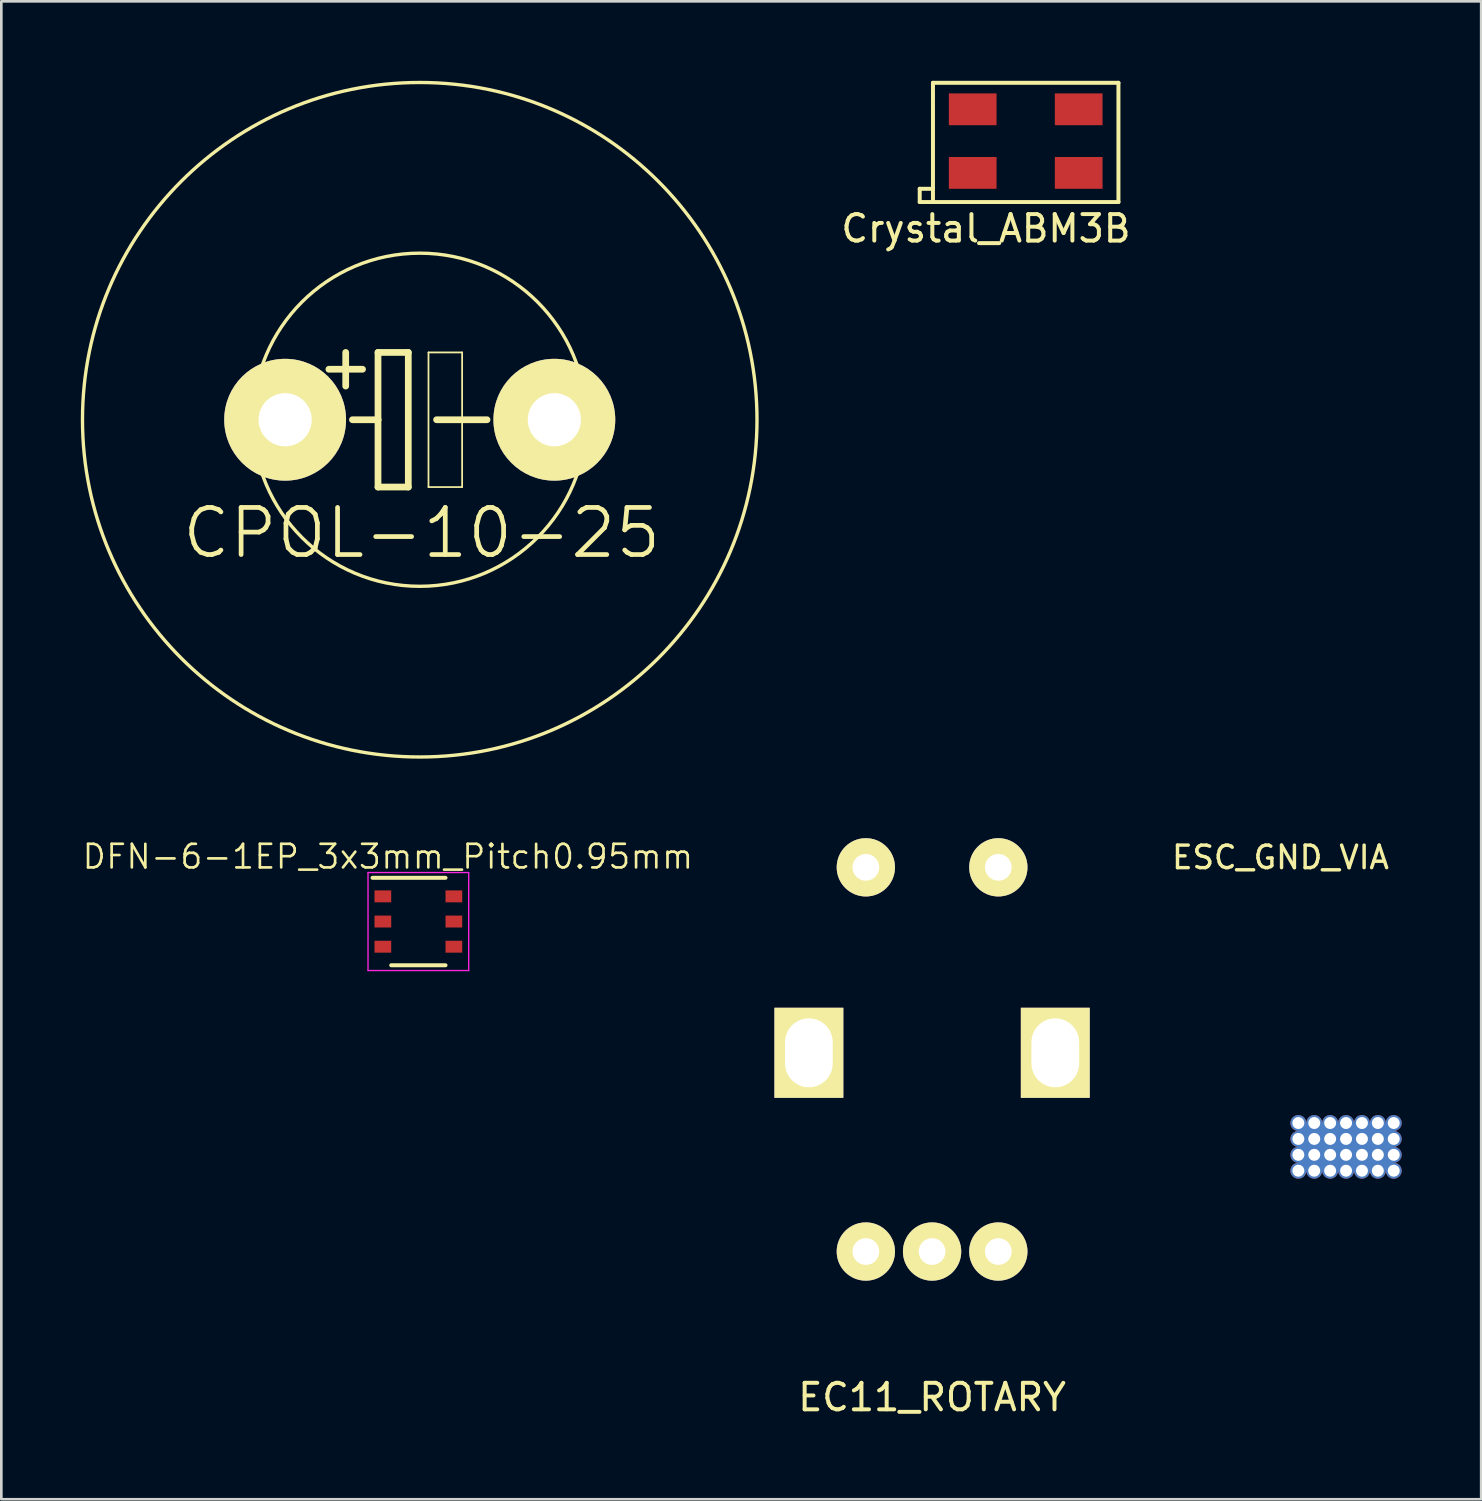
<source format=kicad_pcb>
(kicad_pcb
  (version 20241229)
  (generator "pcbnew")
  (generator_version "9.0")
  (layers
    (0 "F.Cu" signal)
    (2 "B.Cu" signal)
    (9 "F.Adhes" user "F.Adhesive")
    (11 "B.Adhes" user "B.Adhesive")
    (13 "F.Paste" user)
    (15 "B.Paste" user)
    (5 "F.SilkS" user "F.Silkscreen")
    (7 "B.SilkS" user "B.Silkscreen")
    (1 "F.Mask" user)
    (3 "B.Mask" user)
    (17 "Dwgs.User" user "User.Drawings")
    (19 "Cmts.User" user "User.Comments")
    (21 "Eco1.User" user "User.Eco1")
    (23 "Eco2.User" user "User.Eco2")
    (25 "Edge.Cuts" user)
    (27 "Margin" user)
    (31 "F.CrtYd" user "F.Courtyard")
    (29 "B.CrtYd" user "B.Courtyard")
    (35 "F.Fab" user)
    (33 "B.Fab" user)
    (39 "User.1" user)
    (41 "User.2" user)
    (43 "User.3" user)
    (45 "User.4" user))
  (footprint "CPOL-10-25"
    (layer "F.Cu")
    (at 12.791 12.791)
    (property "Reference" "CPOL-10-25" (at 0.074 4.274 0) (layer "F.SilkS") (effects (font (size 1.778 1.778) (thickness 0.178))))
    (attr exclude_from_pos_files exclude_from_bom)
    (fp_line (start -2.794 -2.54) (end -2.794 -1.27) (stroke (width 0.254) (type solid)) (layer "F.SilkS"))
    (fp_line (start -2.54 0) (end -1.575 0) (stroke (width 0.254) (type solid)) (layer "F.SilkS"))
    (fp_line (start -2.159 -1.905) (end -3.429 -1.905) (stroke (width 0.254) (type solid)) (layer "F.SilkS"))
    (fp_line (start -1.575 -2.54) (end -0.432 -2.54) (stroke (width 0.254) (type solid)) (layer "F.SilkS"))
    (fp_line (start -1.575 0) (end -1.575 -2.54) (stroke (width 0.254) (type solid)) (layer "F.SilkS"))
    (fp_line (start -1.575 2.54) (end -1.575 0) (stroke (width 0.254) (type solid)) (layer "F.SilkS"))
    (fp_line (start -0.432 -2.54) (end -0.432 2.54) (stroke (width 0.254) (type solid)) (layer "F.SilkS"))
    (fp_line (start -0.432 2.54) (end -1.575 2.54) (stroke (width 0.254) (type solid)) (layer "F.SilkS"))
    (fp_line (start 0.33 -2.54) (end 1.6 -2.54) (stroke (width 0.066) (type solid)) (layer "F.SilkS"))
    (fp_line (start 0.33 2.54) (end 0.33 -2.54) (stroke (width 0.066) (type solid)) (layer "F.SilkS"))
    (fp_line (start 0.33 2.54) (end 1.6 2.54) (stroke (width 0.066) (type solid)) (layer "F.SilkS"))
    (fp_line (start 0.635 0) (end 2.54 0) (stroke (width 0.254) (type solid)) (layer "F.SilkS"))
    (fp_line (start 1.6 2.54) (end 1.6 -2.54) (stroke (width 0.066) (type solid)) (layer "F.SilkS"))
    (fp_circle (center 0 0) (end -4.445 4.445) (stroke (width 0.127) (type solid)) (fill no) (layer "F.SilkS"))
    (fp_circle (center 0 0) (end 9 9) (stroke (width 0.127) (type solid)) (fill no) (layer "F.SilkS"))
    (pad "+" thru_hole circle (at -5.08 0) (size 4.597 4.597) (drill 2.007) (layers "*.Cu" "F.Mask" "F.SilkS"))
    (pad "-" thru_hole circle (at 5.08 0) (size 4.597 4.597) (drill 2.007) (layers "*.Cu" "F.Mask" "F.SilkS")))
  (footprint "Crystal_ABM3B"
    (layer "F.Cu")
    (at 35.66 2.075)
    (property "Reference" "Crystal_ABM3B" (at -1.5 3.5 0) (layer "F.SilkS") (effects (font (size 1 1) (thickness 0.15))))
    (attr through_hole)
    (fp_line (start -4 2) (end -4 2.5) (stroke (width 0.15) (type solid)) (layer "F.SilkS"))
    (fp_line (start -4 2.5) (end -3.5 2.5) (stroke (width 0.15) (type solid)) (layer "F.SilkS"))
    (fp_line (start -3.5 -2) (end 3.5 -2) (stroke (width 0.15) (type solid)) (layer "F.SilkS"))
    (fp_line (start -3.5 -1.5) (end -3.5 -2) (stroke (width 0.15) (type solid)) (layer "F.SilkS"))
    (fp_line (start -3.5 2) (end -4 2) (stroke (width 0.15) (type solid)) (layer "F.SilkS"))
    (fp_line (start -3.5 2.5) (end -3.5 -1.5) (stroke (width 0.15) (type solid)) (layer "F.SilkS"))
    (fp_line (start 3.5 -2) (end 3.5 2.5) (stroke (width 0.15) (type solid)) (layer "F.SilkS"))
    (fp_line (start 3.5 2.5) (end -3.5 2.5) (stroke (width 0.15) (type solid)) (layer "F.SilkS"))
    (pad "1" smd rect (at -2 1.4) (size 1.8 1.2) (layers "F.Cu" "F.Mask" "F.Paste"))
    (pad "2" smd rect (at 2 1.4) (size 1.8 1.2) (layers "F.Cu" "F.Mask" "F.Paste"))
    (pad "3" smd rect (at 2 -1) (size 1.8 1.2) (layers "F.Cu" "F.Mask" "F.Paste"))
    (pad "4" smd rect (at -2 -1) (size 1.8 1.2) (layers "F.Cu" "F.Mask" "F.Paste")))
  (footprint "ESC_GND_VIA"
    (layer "F.Cu")
    (at 46.35 39.733)
    (property "Reference" "ESC_GND_VIA" (at -1.075 -10.425 0) (layer "F.SilkS") (effects (font (size 0.85 0.85) (thickness 0.13))))
    (attr through_hole)
    (pad "1" thru_hole circle (at -0.4 -0.4) (size 0.6 0.6) (drill 0.45) (layers "*.Cu"))
    (pad "1" thru_hole circle (at -0.4 0.2) (size 0.6 0.6) (drill 0.45) (layers "*.Cu"))
    (pad "1" thru_hole circle (at -0.4 0.8) (size 0.6 0.6) (drill 0.45) (layers "*.Cu"))
    (pad "1" thru_hole circle (at -0.4 1.4) (size 0.6 0.6) (drill 0.45) (layers "*.Cu"))
    (pad "1" thru_hole circle (at 0.2 -0.4) (size 0.6 0.6) (drill 0.45) (layers "*.Cu"))
    (pad "1" thru_hole circle (at 0.2 0.2) (size 0.6 0.6) (drill 0.45) (layers "*.Cu"))
    (pad "1" thru_hole circle (at 0.2 0.8) (size 0.6 0.6) (drill 0.45) (layers "*.Cu"))
    (pad "1" thru_hole circle (at 0.2 1.4) (size 0.6 0.6) (drill 0.45) (layers "*.Cu"))
    (pad "1" thru_hole circle (at 0.8 -0.4) (size 0.6 0.6) (drill 0.45) (layers "*.Cu"))
    (pad "1" thru_hole circle (at 0.8 0.2) (size 0.6 0.6) (drill 0.45) (layers "*.Cu"))
    (pad "1" thru_hole circle (at 0.8 0.8) (size 0.6 0.6) (drill 0.45) (layers "*.Cu"))
    (pad "1" thru_hole circle (at 0.8 1.4) (size 0.6 0.6) (drill 0.45) (layers "*.Cu"))
    (pad "1" thru_hole circle (at 1.4 -0.4) (size 0.6 0.6) (drill 0.45) (layers "*.Cu"))
    (pad "1" thru_hole circle (at 1.4 0.2) (size 0.6 0.6) (drill 0.45) (layers "*.Cu"))
    (pad "1" smd rect (at 1.4 0.5) (size 3.6 1.8) (layers "F.Cu"))
    (pad "1" smd rect (at 1.4 0.5) (size 3.6 1.8) (layers "B.Cu"))
    (pad "1" thru_hole circle (at 1.4 0.8) (size 0.6 0.6) (drill 0.45) (layers "*.Cu"))
    (pad "1" thru_hole circle (at 1.4 1.4) (size 0.6 0.6) (drill 0.45) (layers "*.Cu"))
    (pad "1" thru_hole circle (at 2 -0.4) (size 0.6 0.6) (drill 0.45) (layers "*.Cu"))
    (pad "1" thru_hole circle (at 2 0.2) (size 0.6 0.6) (drill 0.45) (layers "*.Cu"))
    (pad "1" thru_hole circle (at 2 0.8) (size 0.6 0.6) (drill 0.45) (layers "*.Cu"))
    (pad "1" thru_hole circle (at 2 1.4) (size 0.6 0.6) (drill 0.45) (layers "*.Cu"))
    (pad "1" thru_hole circle (at 2.6 -0.4) (size 0.6 0.6) (drill 0.45) (layers "*.Cu"))
    (pad "1" thru_hole circle (at 2.6 0.2) (size 0.6 0.6) (drill 0.45) (layers "*.Cu"))
    (pad "1" thru_hole circle (at 2.6 0.8) (size 0.6 0.6) (drill 0.45) (layers "*.Cu"))
    (pad "1" thru_hole circle (at 2.6 1.4) (size 0.6 0.6) (drill 0.45) (layers "*.Cu"))
    (pad "1" thru_hole circle (at 3.2 -0.4) (size 0.6 0.6) (drill 0.45) (layers "*.Cu"))
    (pad "1" thru_hole circle (at 3.2 0.2) (size 0.6 0.6) (drill 0.45) (layers "*.Cu"))
    (pad "1" thru_hole circle (at 3.2 0.8) (size 0.6 0.6) (drill 0.45) (layers "*.Cu"))
    (pad "1" thru_hole circle (at 3.2 1.4) (size 0.6 0.6) (drill 0.45) (layers "*.Cu")))
  (footprint "DFN-6-1EP_3x3mm_Pitch0.95mm"
    (layer "F.Cu")
    (at 12.739 31.729)
    (property "Reference" "DFN-6-1EP_3x3mm_Pitch0.95mm" (at -1.15 -2.45 0) (layer "F.SilkS") (effects (font (size 0.89 0.89) (thickness 0.1))))
    (attr smd)
    (fp_line (start -1.73 -1.65) (end 1.025 -1.65) (stroke (width 0.15) (type solid)) (layer "F.SilkS"))
    (fp_line (start -1.025 1.65) (end 1.025 1.65) (stroke (width 0.15) (type solid)) (layer "F.SilkS"))
    (fp_line (start -1.9 -1.85) (end -1.9 1.85) (stroke (width 0.05) (type solid)) (layer "F.CrtYd"))
    (fp_line (start -1.9 -1.85) (end 1.9 -1.85) (stroke (width 0.05) (type solid)) (layer "F.CrtYd"))
    (fp_line (start -1.9 1.85) (end 1.9 1.85) (stroke (width 0.05) (type solid)) (layer "F.CrtYd"))
    (fp_line (start 1.9 -1.85) (end 1.9 1.85) (stroke (width 0.05) (type solid)) (layer "F.CrtYd"))
    (pad "1" smd rect (at -1.34 -0.95) (size 0.63 0.45) (layers "F.Cu" "F.Mask" "F.Paste"))
    (pad "2" smd rect (at -1.34 0) (size 0.63 0.45) (layers "F.Cu" "F.Mask" "F.Paste"))
    (pad "3" smd rect (at -1.34 0.95) (size 0.63 0.45) (layers "F.Cu" "F.Mask" "F.Paste"))
    (pad "4" smd rect (at 1.34 0.95) (size 0.63 0.45) (layers "F.Cu" "F.Mask" "F.Paste"))
    (pad "5" smd rect (at 1.34 0) (size 0.63 0.45) (layers "F.Cu" "F.Mask" "F.Paste"))
    (pad "6" smd rect (at 1.34 -0.95) (size 0.63 0.45) (layers "F.Cu" "F.Mask" "F.Paste")))
  (footprint "EC11_ROTARY"
    (layer "F.Cu")
    (at 32.127 36.683)
    (property "Reference" "EC11_ROTARY" (at 0 13 0) (layer "F.SilkS") (effects (font (size 1 1) (thickness 0.15))))
    (attr through_hole)
    (pad "" np_thru_hole rect (at -4.65 0) (size 2.6 3.4) (drill oval 1.8 2.6) (layers "*.Cu" "*.Mask" "F.SilkS"))
    (pad "" np_thru_hole rect (at 4.65 0) (size 2.6 3.4) (drill oval 1.8 2.6) (layers "*.Cu" "*.Mask" "F.SilkS"))
    (pad "1" thru_hole circle (at -2.5 7.5) (size 2.2 2.2) (drill 1.01) (layers "*.Cu" "*.Mask" "F.SilkS"))
    (pad "2" thru_hole circle (at 0 7.5) (size 2.2 2.2) (drill 1.01) (layers "*.Cu" "*.Mask" "F.SilkS"))
    (pad "3" thru_hole circle (at 2.5 7.5) (size 2.2 2.2) (drill 1.01) (layers "*.Cu" "*.Mask" "F.SilkS"))
    (pad "4" thru_hole circle (at 2.5 -7) (size 2.2 2.2) (drill 1.01) (layers "*.Cu" "*.Mask" "F.SilkS"))
    (pad "5" thru_hole circle (at -2.5 -7) (size 2.2 2.2) (drill 1.01) (layers "*.Cu" "*.Mask" "F.SilkS")))
  (gr_rect
    (start -3 -3)
    (end 52.85 53.531)
    (stroke (width 0.1) (type default))
    (fill no)
    (layer "Edge.Cuts")))
</source>
